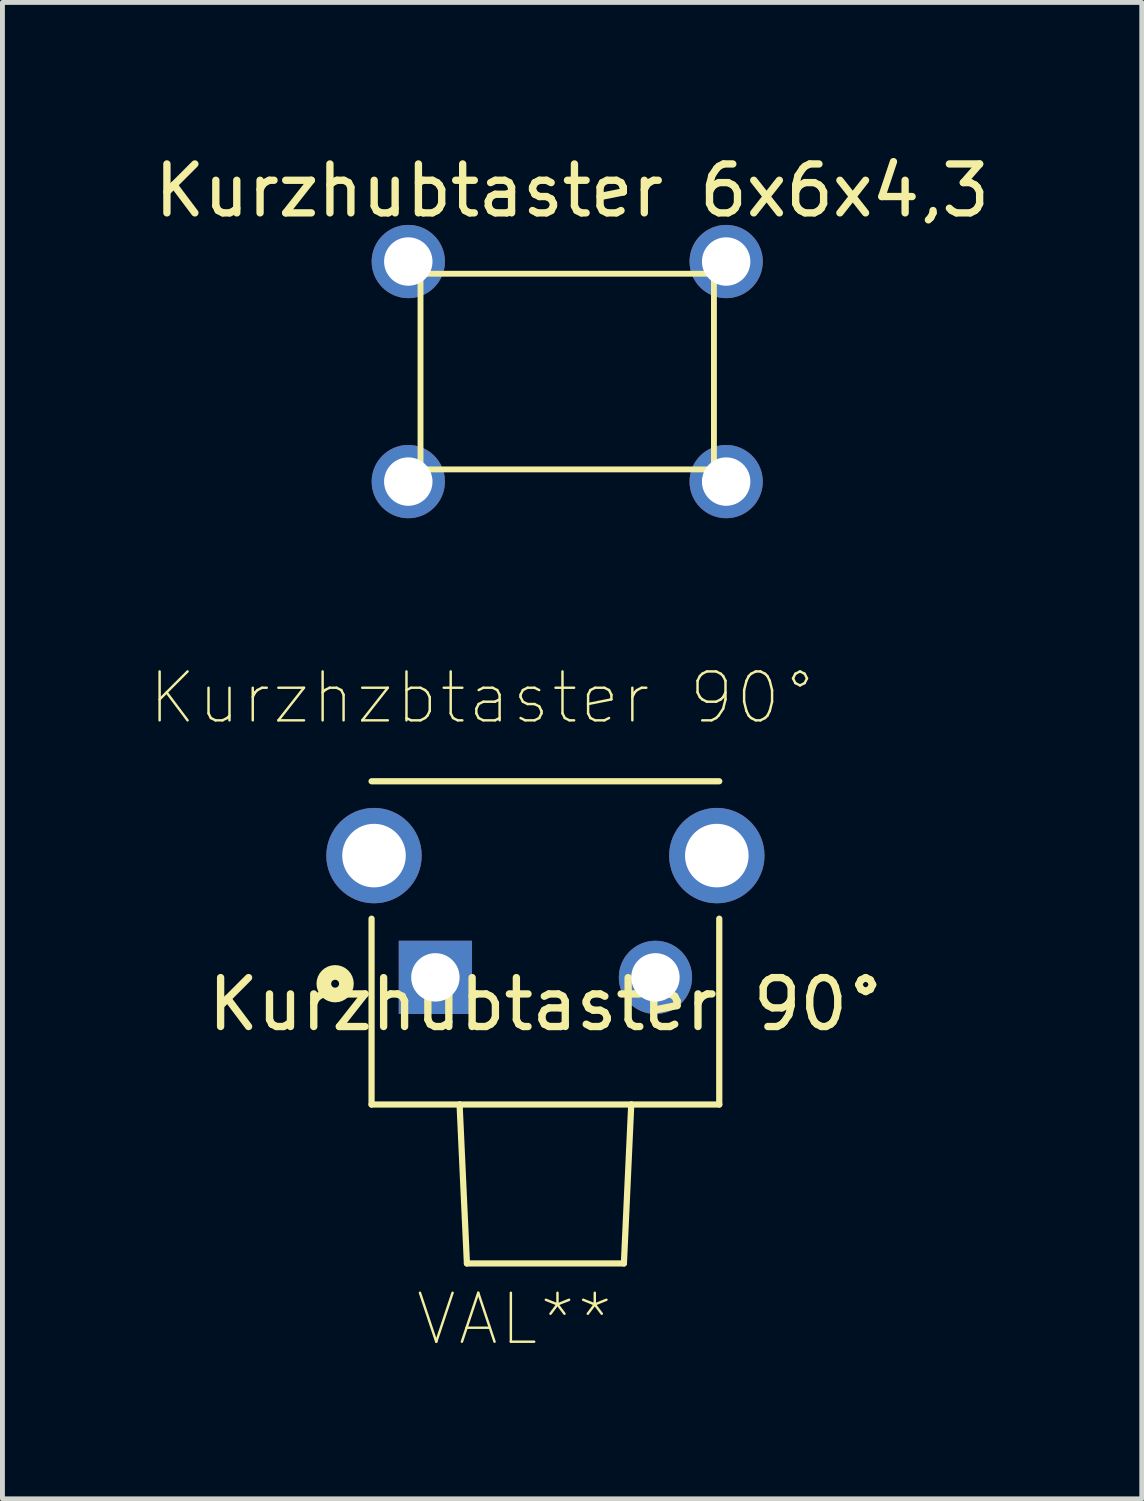
<source format=kicad_pcb>
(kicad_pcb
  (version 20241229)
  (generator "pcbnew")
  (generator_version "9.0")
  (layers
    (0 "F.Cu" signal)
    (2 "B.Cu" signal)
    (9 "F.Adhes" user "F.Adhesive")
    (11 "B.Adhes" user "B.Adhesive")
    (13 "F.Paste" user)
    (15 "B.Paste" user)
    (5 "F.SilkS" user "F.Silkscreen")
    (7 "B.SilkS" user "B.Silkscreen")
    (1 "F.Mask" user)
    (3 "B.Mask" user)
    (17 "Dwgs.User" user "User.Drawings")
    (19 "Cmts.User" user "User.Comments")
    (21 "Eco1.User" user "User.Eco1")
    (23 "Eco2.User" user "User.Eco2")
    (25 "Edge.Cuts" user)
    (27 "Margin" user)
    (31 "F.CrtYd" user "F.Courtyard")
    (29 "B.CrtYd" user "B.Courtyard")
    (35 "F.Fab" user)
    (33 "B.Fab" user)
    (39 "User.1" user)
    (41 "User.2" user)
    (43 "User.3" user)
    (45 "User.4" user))
  (footprint "Kurzhubtaster 6x6x4,3"
    (layer "F.Cu")
    (at 8.549 4.548)
    (property "Reference" "Kurzhubtaster 6x6x4,3" (at 0.1 -3.7 0) (layer "F.SilkS") (effects (font (size 1 1) (thickness 0.15))))
    (attr through_hole)
    (fp_line (start -3 -2) (end -3 2) (stroke (width 0.12) (type solid)) (layer "F.SilkS"))
    (fp_line (start -3 -2) (end 3 -2) (stroke (width 0.12) (type solid)) (layer "F.SilkS"))
    (fp_line (start 3 2) (end -3 2) (stroke (width 0.12) (type solid)) (layer "F.SilkS"))
    (fp_line (start 3 2) (end 3 -2) (stroke (width 0.12) (type solid)) (layer "F.SilkS"))
    (fp_circle (center 0 0) (end -0.2 0) (stroke (width 0.12) (type solid)) (fill no) (layer "Eco1.User"))
    (fp_circle (center 0 0) (end 1.513 0) (stroke (width 0.12) (type solid)) (fill no) (layer "Eco1.User"))
    (pad "1" thru_hole circle (at -3.25 -2.25) (size 1.498 1.498) (drill 0.99) (layers "*.Cu" "*.Mask"))
    (pad "2" thru_hole circle (at 3.25 -2.25) (size 1.498 1.498) (drill 0.99) (layers "*.Cu" "*.Mask"))
    (pad "3" thru_hole circle (at -3.25 2.25) (size 1.498 1.498) (drill 0.99) (layers "*.Cu" "*.Mask"))
    (pad "4" thru_hole circle (at 3.25 2.25) (size 1.498 1.498) (drill 0.99) (layers "*.Cu" "*.Mask")))
  (footprint "Kurzhubtaster 90°"
    (layer "F.Cu")
    (at 8.128 16.986)
    (property "Reference" "Kurzhubtaster 90°" (at 0 0.5 0) (layer "F.SilkS") (effects (font (size 1 1) (thickness 0.15))))
    (attr through_hole)
    (fp_line (start -3.58 -4.06) (end 3.53 -4.06) (stroke (width 0.127) (type solid)) (layer "F.SilkS"))
    (fp_line (start -3.58 2.55) (end -3.58 -1.25) (stroke (width 0.127) (type solid)) (layer "F.SilkS"))
    (fp_line (start -3.58 2.55) (end -1.78 2.55) (stroke (width 0.127) (type solid)) (layer "F.SilkS"))
    (fp_line (start -1.78 2.55) (end -1.63 5.8) (stroke (width 0.127) (type solid)) (layer "F.SilkS"))
    (fp_line (start -1.78 2.55) (end 1.73 2.55) (stroke (width 0.127) (type solid)) (layer "F.SilkS"))
    (fp_line (start 1.58 5.8) (end -1.63 5.8) (stroke (width 0.127) (type solid)) (layer "F.SilkS"))
    (fp_line (start 1.73 2.55) (end 1.58 5.8) (stroke (width 0.127) (type solid)) (layer "F.SilkS"))
    (fp_line (start 1.73 2.55) (end 3.53 2.55) (stroke (width 0.127) (type solid)) (layer "F.SilkS"))
    (fp_line (start 3.53 -1.25) (end 3.53 2.55) (stroke (width 0.127) (type solid)) (layer "F.SilkS"))
    (fp_circle (center -4.325 0.08) (end -4.244 0.08) (stroke (width 0.3) (type solid)) (fill no) (layer "F.SilkS"))
    (fp_line (start -4.775 -4.3) (end 4.725 -4.3) (stroke (width 0.05) (type solid)) (layer "Eco1.User"))
    (fp_line (start -4.775 2.8) (end -4.775 -4.3) (stroke (width 0.05) (type solid)) (layer "Eco1.User"))
    (fp_line (start -2.025 2.8) (end -4.775 2.8) (stroke (width 0.05) (type solid)) (layer "Eco1.User"))
    (fp_line (start -1.88 6.05) (end -2.025 2.8) (stroke (width 0.05) (type solid)) (layer "Eco1.User"))
    (fp_line (start 1.83 6.05) (end -1.88 6.05) (stroke (width 0.05) (type solid)) (layer "Eco1.User"))
    (fp_line (start 1.975 2.8) (end 1.83 6.05) (stroke (width 0.05) (type solid)) (layer "Eco1.User"))
    (fp_line (start 4.725 -4.3) (end 4.725 2.8) (stroke (width 0.05) (type solid)) (layer "Eco1.User"))
    (fp_line (start 4.725 2.8) (end 1.975 2.8) (stroke (width 0.05) (type solid)) (layer "Eco1.User"))
    (fp_line (start -3.58 -4.06) (end 3.53 -4.06) (stroke (width 0.127) (type solid)) (layer "Eco2.User"))
    (fp_line (start -3.58 2.55) (end -3.58 -4.06) (stroke (width 0.127) (type solid)) (layer "Eco2.User"))
    (fp_line (start -3.58 2.55) (end -1.78 2.55) (stroke (width 0.127) (type solid)) (layer "Eco2.User"))
    (fp_line (start -1.78 2.55) (end -1.63 5.8) (stroke (width 0.127) (type solid)) (layer "Eco2.User"))
    (fp_line (start -1.78 2.55) (end 1.73 2.55) (stroke (width 0.127) (type solid)) (layer "Eco2.User"))
    (fp_line (start 1.58 5.8) (end -1.63 5.8) (stroke (width 0.127) (type solid)) (layer "Eco2.User"))
    (fp_line (start 1.73 2.55) (end 1.58 5.8) (stroke (width 0.127) (type solid)) (layer "Eco2.User"))
    (fp_line (start 1.73 2.55) (end 3.53 2.55) (stroke (width 0.127) (type solid)) (layer "Eco2.User"))
    (fp_line (start 3.53 -4.06) (end 3.53 2.55) (stroke (width 0.127) (type solid)) (layer "Eco2.User"))
    (fp_text user "Kurzhzbtaster 90°" (at -1.295 -5.766 0) (layer "F.SilkS") (effects (font (size 1 1) (thickness 0.05))))
    (fp_text user "VAL**" (at -0.66 6.94 0) (layer "F.SilkS") (effects (font (size 1.001 1.001) (thickness 0.05))))
    (pad "1" thru_hole circle (at 3.48 -2.54) (size 1.95 1.95) (drill 1.3) (layers "*.Cu" "*.Mask"))
    (pad "2" thru_hole circle (at 2.225 -0.05) (size 1.498 1.498) (drill 0.99) (layers "*.Cu" "*.Mask"))
    (pad "3" thru_hole circle (at -3.53 -2.54) (size 1.95 1.95) (drill 1.3) (layers "*.Cu" "*.Mask"))
    (pad "4" thru_hole rect (at -2.275 -0.05) (size 1.498 1.498) (drill 0.99) (layers "*.Cu" "*.Mask")))
  (gr_rect
    (start -3 -3)
    (end 20.298 27.599)
    (stroke (width 0.1) (type default))
    (fill no)
    (layer "Edge.Cuts")))
</source>
